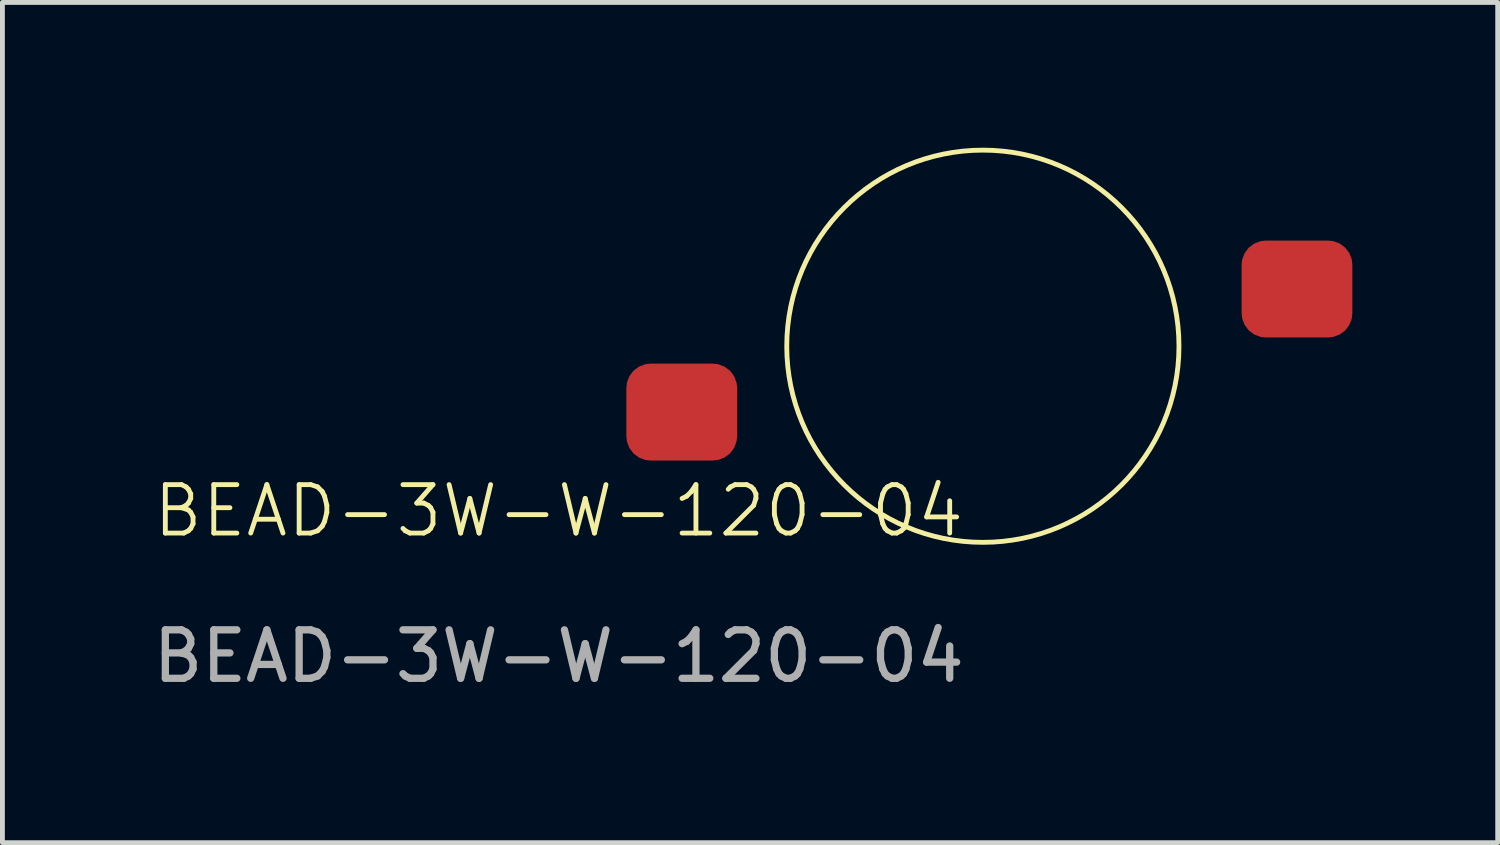
<source format=kicad_pcb>
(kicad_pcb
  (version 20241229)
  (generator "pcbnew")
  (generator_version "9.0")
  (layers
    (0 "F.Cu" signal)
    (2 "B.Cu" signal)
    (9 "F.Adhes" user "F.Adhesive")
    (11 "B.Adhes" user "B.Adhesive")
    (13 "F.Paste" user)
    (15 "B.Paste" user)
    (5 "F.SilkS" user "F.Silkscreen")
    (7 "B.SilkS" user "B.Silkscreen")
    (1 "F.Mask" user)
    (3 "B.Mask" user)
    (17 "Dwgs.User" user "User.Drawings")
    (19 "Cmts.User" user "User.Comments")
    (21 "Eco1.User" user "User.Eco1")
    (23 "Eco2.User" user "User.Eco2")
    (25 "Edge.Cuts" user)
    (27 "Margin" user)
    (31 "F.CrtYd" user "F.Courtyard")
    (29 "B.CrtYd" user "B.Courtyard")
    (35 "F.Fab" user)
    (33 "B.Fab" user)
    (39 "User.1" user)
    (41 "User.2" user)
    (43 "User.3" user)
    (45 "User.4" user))
  (footprint "BEAD-3W-W-120-04"
    (layer "F.Cu")
    (at 8.482 7.996)
    (property "Reference" "BEAD-3W-W-120-04" (at 0 -0.5 0) (unlocked yes) (layer "F.SilkS") (effects (font (size 1 1) (thickness 0.1))))
    (attr smd)
    (fp_circle (center 8.756 -3.899) (end 12.804 -3.899) (stroke (width 0.1) (type default)) (fill no) (layer "F.SilkS"))
    (fp_text user "${REFERENCE}" (at 0 2.5 0) (unlocked yes) (layer "F.Fab") (effects (font (size 1 1) (thickness 0.15))))
    (pad "1" smd roundrect (at 15.24 -5.08) (size 2.286 2) (layers "F.Cu" "F.Mask" "F.Paste") (roundrect_rratio 0.25))
    (pad "2" smd roundrect (at 2.54 -2.54) (size 2.286 2) (layers "F.Cu" "F.Mask" "F.Paste") (roundrect_rratio 0.25)))
  (gr_rect
    (start -3 -3)
    (end 27.865 14.344)
    (stroke (width 0.1) (type default))
    (fill no)
    (layer "Edge.Cuts")))
</source>
